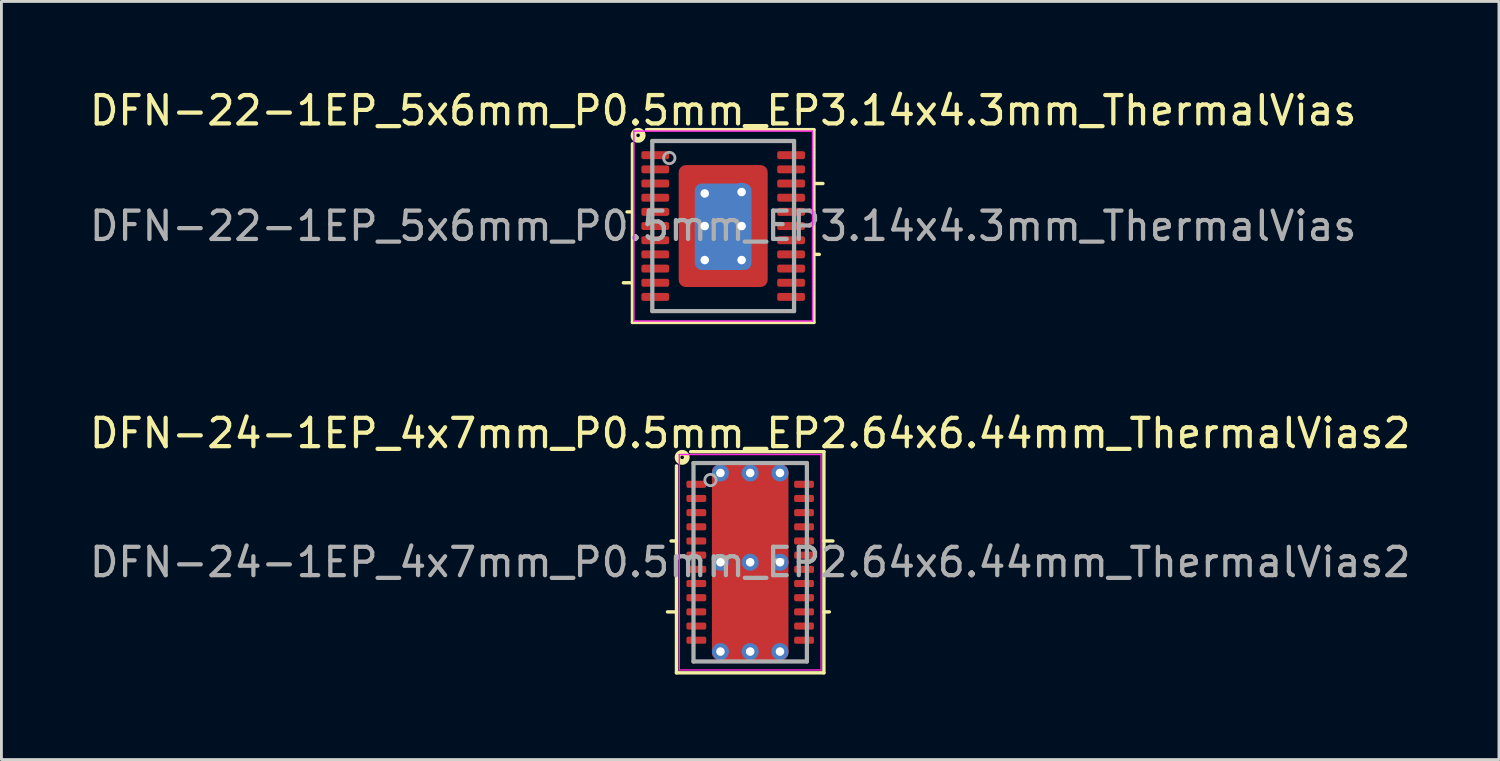
<source format=kicad_pcb>
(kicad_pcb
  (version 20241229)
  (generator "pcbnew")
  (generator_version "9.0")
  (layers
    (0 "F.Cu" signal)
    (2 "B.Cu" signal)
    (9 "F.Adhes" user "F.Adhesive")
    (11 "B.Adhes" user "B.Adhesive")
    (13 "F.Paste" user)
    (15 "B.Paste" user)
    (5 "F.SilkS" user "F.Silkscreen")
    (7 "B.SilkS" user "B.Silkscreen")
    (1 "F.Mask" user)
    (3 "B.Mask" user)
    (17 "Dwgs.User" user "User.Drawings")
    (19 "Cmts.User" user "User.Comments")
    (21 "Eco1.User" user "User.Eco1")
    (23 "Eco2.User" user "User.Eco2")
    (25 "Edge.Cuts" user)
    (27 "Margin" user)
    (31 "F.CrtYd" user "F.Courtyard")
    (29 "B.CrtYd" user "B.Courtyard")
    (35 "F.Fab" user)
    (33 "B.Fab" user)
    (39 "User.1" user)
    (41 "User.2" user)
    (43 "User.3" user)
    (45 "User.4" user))
  (footprint "DFN-24-1EP_4x7mm_P0.5mm_EP2.64x6.44mm_ThermalVias2"
    (layer "F.Cu")
    (at 23.411 16.782)
    (property "Reference" "DFN-24-1EP_4x7mm_P0.5mm_EP2.64x6.44mm_ThermalVias2" (at 0 -4.55 0) (layer "F.SilkS") (effects (font (size 1 1) (thickness 0.15))))
    (attr smd)
    (fp_line (start -2.6 -0.75) (end -2.791 -0.75) (stroke (width 0.12) (type solid)) (layer "F.SilkS"))
    (fp_line (start -2.6 1.75) (end -2.917 1.75) (stroke (width 0.12) (type solid)) (layer "F.SilkS"))
    (fp_line (start -2.6 3.9) (end -2.6 -3.4) (stroke (width 0.12) (type solid)) (layer "F.SilkS"))
    (fp_line (start -2.1 -3.9) (end 2.6 -3.9) (stroke (width 0.12) (type solid)) (layer "F.SilkS"))
    (fp_line (start 2.6 -3.9) (end 2.6 3.9) (stroke (width 0.12) (type solid)) (layer "F.SilkS"))
    (fp_line (start 2.6 -0.75) (end 2.917 -0.75) (stroke (width 0.12) (type solid)) (layer "F.SilkS"))
    (fp_line (start 2.6 1.75) (end 2.791 1.75) (stroke (width 0.12) (type solid)) (layer "F.SilkS"))
    (fp_line (start 2.6 3.9) (end -2.6 3.9) (stroke (width 0.12) (type solid)) (layer "F.SilkS"))
    (fp_circle (center -2.4 -3.7) (end -2.337 -3.7) (stroke (width 0.2) (type solid)) (fill no) (layer "F.SilkS"))
    (fp_line (start -2.5 -3.8) (end -2.5 3.8) (stroke (width 0.05) (type solid)) (layer "F.CrtYd"))
    (fp_line (start -2.5 -3.8) (end 2.5 -3.8) (stroke (width 0.05) (type solid)) (layer "F.CrtYd"))
    (fp_line (start -2.5 3.8) (end 2.5 3.8) (stroke (width 0.05) (type solid)) (layer "F.CrtYd"))
    (fp_line (start 2.5 -3.8) (end 2.5 3.8) (stroke (width 0.05) (type solid)) (layer "F.CrtYd"))
    (fp_line (start -2 -3.5) (end 2 -3.5) (stroke (width 0.15) (type solid)) (layer "F.Fab"))
    (fp_line (start -2 3.5) (end -2 -3.5) (stroke (width 0.15) (type solid)) (layer "F.Fab"))
    (fp_line (start 2 -3.5) (end 2 3.5) (stroke (width 0.15) (type solid)) (layer "F.Fab"))
    (fp_line (start 2 3.5) (end -2 3.5) (stroke (width 0.15) (type solid)) (layer "F.Fab"))
    (fp_circle (center -1.4 -2.9) (end -1.2 -2.9) (stroke (width 0.1) (type solid)) (fill no) (layer "F.Fab"))
    (fp_text user "${REFERENCE}" (at 0 0 0) (layer "F.Fab") (effects (font (size 1 1) (thickness 0.15))))
    (pad "" smd roundrect (at -0.8 -2.4) (size 0.6 0.6) (layers "F.Paste") (roundrect_rratio 0.25))
    (pad "" smd roundrect (at -0.8 -1.575) (size 0.6 0.6) (layers "F.Paste") (roundrect_rratio 0.25))
    (pad "" smd roundrect (at -0.8 -0.75) (size 0.6 0.6) (layers "F.Paste") (roundrect_rratio 0.25))
    (pad "" smd roundrect (at -0.8 0.75) (size 0.6 0.6) (layers "F.Paste") (roundrect_rratio 0.25))
    (pad "" smd roundrect (at -0.8 1.575) (size 0.6 0.6) (layers "F.Paste") (roundrect_rratio 0.25))
    (pad "" smd roundrect (at -0.8 2.4) (size 0.6 0.6) (layers "F.Paste") (roundrect_rratio 0.25))
    (pad "" smd roundrect (at 0 -2.4) (size 0.6 0.6) (layers "F.Paste") (roundrect_rratio 0.25))
    (pad "" smd roundrect (at 0 -1.575) (size 0.6 0.6) (layers "F.Paste") (roundrect_rratio 0.25))
    (pad "" smd roundrect (at 0 -1.575) (size 2.5 2.55) (layers "F.Mask") (roundrect_rratio 0.114))
    (pad "" smd roundrect (at 0 -0.75) (size 0.6 0.6) (layers "F.Paste") (roundrect_rratio 0.25))
    (pad "" smd roundrect (at 0 0.75) (size 0.6 0.6) (layers "F.Paste") (roundrect_rratio 0.25))
    (pad "" smd roundrect (at 0 1.575) (size 0.6 0.6) (layers "F.Paste") (roundrect_rratio 0.25))
    (pad "" smd roundrect (at 0 1.575) (size 2.5 2.55) (layers "F.Mask") (roundrect_rratio 0.114))
    (pad "" smd roundrect (at 0 2.4) (size 0.6 0.6) (layers "F.Paste") (roundrect_rratio 0.25))
    (pad "" smd roundrect (at 0.8 -2.4) (size 0.6 0.6) (layers "F.Paste") (roundrect_rratio 0.25))
    (pad "" smd roundrect (at 0.8 -1.575) (size 0.6 0.6) (layers "F.Paste") (roundrect_rratio 0.25))
    (pad "" smd roundrect (at 0.8 -0.75) (size 0.6 0.6) (layers "F.Paste") (roundrect_rratio 0.25))
    (pad "" smd roundrect (at 0.8 0.75) (size 0.6 0.6) (layers "F.Paste") (roundrect_rratio 0.25))
    (pad "" smd roundrect (at 0.8 1.575) (size 0.6 0.6) (layers "F.Paste") (roundrect_rratio 0.25))
    (pad "" smd roundrect (at 0.8 2.4) (size 0.6 0.6) (layers "F.Paste") (roundrect_rratio 0.25))
    (pad "1" smd roundrect (at -1.9 -2.75) (size 0.7 0.25) (layers "F.Cu" "F.Mask" "F.Paste") (roundrect_rratio 0.25))
    (pad "2" smd roundrect (at -1.9 -2.25) (size 0.7 0.25) (layers "F.Cu" "F.Mask" "F.Paste") (roundrect_rratio 0.25))
    (pad "3" smd roundrect (at -1.9 -1.75) (size 0.7 0.25) (layers "F.Cu" "F.Mask" "F.Paste") (roundrect_rratio 0.25))
    (pad "4" smd roundrect (at -1.9 -1.25) (size 0.7 0.25) (layers "F.Cu" "F.Mask" "F.Paste") (roundrect_rratio 0.25))
    (pad "5" smd roundrect (at -1.9 -0.75) (size 0.7 0.25) (layers "F.Cu" "F.Mask" "F.Paste") (roundrect_rratio 0.25))
    (pad "6" smd roundrect (at -1.9 -0.25) (size 0.7 0.25) (layers "F.Cu" "F.Mask" "F.Paste") (roundrect_rratio 0.25))
    (pad "7" smd roundrect (at -1.9 0.25) (size 0.7 0.25) (layers "F.Cu" "F.Mask" "F.Paste") (roundrect_rratio 0.25))
    (pad "8" smd roundrect (at -1.9 0.75) (size 0.7 0.25) (layers "F.Cu" "F.Mask" "F.Paste") (roundrect_rratio 0.25))
    (pad "9" smd roundrect (at -1.9 1.25) (size 0.7 0.25) (layers "F.Cu" "F.Mask" "F.Paste") (roundrect_rratio 0.25))
    (pad "10" smd roundrect (at -1.9 1.75) (size 0.7 0.25) (layers "F.Cu" "F.Mask" "F.Paste") (roundrect_rratio 0.25))
    (pad "11" smd roundrect (at -1.9 2.25) (size 0.7 0.25) (layers "F.Cu" "F.Mask" "F.Paste") (roundrect_rratio 0.25))
    (pad "12" smd roundrect (at -1.9 2.75) (size 0.7 0.25) (layers "F.Cu" "F.Mask" "F.Paste") (roundrect_rratio 0.25))
    (pad "13" smd roundrect (at 1.9 2.75) (size 0.7 0.25) (layers "F.Cu" "F.Mask" "F.Paste") (roundrect_rratio 0.25))
    (pad "14" smd roundrect (at 1.9 2.25) (size 0.7 0.25) (layers "F.Cu" "F.Mask" "F.Paste") (roundrect_rratio 0.25))
    (pad "15" smd roundrect (at 1.9 1.75) (size 0.7 0.25) (layers "F.Cu" "F.Mask" "F.Paste") (roundrect_rratio 0.25))
    (pad "16" smd roundrect (at 1.9 1.25) (size 0.7 0.25) (layers "F.Cu" "F.Mask" "F.Paste") (roundrect_rratio 0.25))
    (pad "17" smd roundrect (at 1.9 0.75) (size 0.7 0.25) (layers "F.Cu" "F.Mask" "F.Paste") (roundrect_rratio 0.25))
    (pad "18" smd roundrect (at 1.9 0.25) (size 0.7 0.25) (layers "F.Cu" "F.Mask" "F.Paste") (roundrect_rratio 0.25))
    (pad "19" smd roundrect (at 1.9 -0.25) (size 0.7 0.25) (layers "F.Cu" "F.Mask" "F.Paste") (roundrect_rratio 0.25))
    (pad "20" smd roundrect (at 1.9 -0.75) (size 0.7 0.25) (layers "F.Cu" "F.Mask" "F.Paste") (roundrect_rratio 0.25))
    (pad "21" smd roundrect (at 1.9 -1.25) (size 0.7 0.25) (layers "F.Cu" "F.Mask" "F.Paste") (roundrect_rratio 0.25))
    (pad "22" smd roundrect (at 1.9 -1.75) (size 0.7 0.25) (layers "F.Cu" "F.Mask" "F.Paste") (roundrect_rratio 0.25))
    (pad "23" smd roundrect (at 1.9 -2.25) (size 0.7 0.25) (layers "F.Cu" "F.Mask" "F.Paste") (roundrect_rratio 0.25))
    (pad "24" smd roundrect (at 1.9 -2.75) (size 0.7 0.25) (layers "F.Cu" "F.Mask" "F.Paste") (roundrect_rratio 0.25))
    (pad "25" thru_hole circle (at -1.05 -3.15) (size 0.6 0.6) (drill 0.3) (property pad_prop_heatsink) (layers "*.Cu" "*.Mask"))
    (pad "25" thru_hole circle (at -1.05 0) (size 0.6 0.6) (drill 0.3) (property pad_prop_heatsink) (layers "*.Cu" "*.Mask"))
    (pad "25" thru_hole circle (at -1.05 3.15) (size 0.6 0.6) (drill 0.3) (property pad_prop_heatsink) (layers "*.Cu" "*.Mask"))
    (pad "25" thru_hole circle (at 0 -3.15) (size 0.6 0.6) (drill 0.3) (property pad_prop_heatsink) (layers "*.Cu" "*.Mask"))
    (pad "25" thru_hole circle (at 0 0) (size 0.6 0.6) (drill 0.3) (property pad_prop_heatsink) (layers "*.Cu" "*.Mask"))
    (pad "25" smd roundrect (at 0 0) (size 2.7 6.9) (layers "F.Cu") (roundrect_rratio 0.093))
    (pad "25" thru_hole circle (at 0 3.15) (size 0.6 0.6) (drill 0.3) (property pad_prop_heatsink) (layers "*.Cu" "*.Mask"))
    (pad "25" thru_hole circle (at 1.05 -3.15) (size 0.6 0.6) (drill 0.3) (property pad_prop_heatsink) (layers "*.Cu" "*.Mask"))
    (pad "25" thru_hole circle (at 1.05 0) (size 0.6 0.6) (drill 0.3) (property pad_prop_heatsink) (layers "*.Cu" "*.Mask"))
    (pad "25" thru_hole circle (at 1.05 3.15) (size 0.6 0.6) (drill 0.3) (property pad_prop_heatsink) (layers "*.Cu" "*.Mask")))
  (footprint "DFN-22-1EP_5x6mm_P0.5mm_EP3.14x4.3mm_ThermalVias"
    (layer "F.Cu")
    (at 22.458 4.923)
    (property "Reference" "DFN-22-1EP_5x6mm_P0.5mm_EP3.14x4.3mm_ThermalVias" (at 0 -4.075 0) (layer "F.SilkS") (effects (font (size 1 1) (thickness 0.15))))
    (attr smd)
    (fp_line (start -3.2 -0.5) (end -3.39 -0.5) (stroke (width 0.12) (type solid)) (layer "F.SilkS"))
    (fp_line (start -3.2 2) (end -3.518 2) (stroke (width 0.12) (type solid)) (layer "F.SilkS"))
    (fp_line (start -3.2 3.4) (end -3.2 -2.9) (stroke (width 0.12) (type solid)) (layer "F.SilkS"))
    (fp_line (start -2.7 -3.4) (end 3.2 -3.4) (stroke (width 0.12) (type solid)) (layer "F.SilkS"))
    (fp_line (start 3.2 -3.4) (end 3.2 3.4) (stroke (width 0.12) (type solid)) (layer "F.SilkS"))
    (fp_line (start 3.2 -1.5) (end 3.518 -1.5) (stroke (width 0.12) (type solid)) (layer "F.SilkS"))
    (fp_line (start 3.2 1) (end 3.39 1) (stroke (width 0.12) (type solid)) (layer "F.SilkS"))
    (fp_line (start 3.2 3.4) (end -3.2 3.4) (stroke (width 0.12) (type solid)) (layer "F.SilkS"))
    (fp_circle (center -3 -3.2) (end -2.937 -3.2) (stroke (width 0.2) (type solid)) (fill no) (layer "F.SilkS"))
    (fp_line (start -3.15 -3.35) (end -3.15 3.35) (stroke (width 0.05) (type solid)) (layer "F.CrtYd"))
    (fp_line (start -3.15 -3.35) (end 3.15 -3.35) (stroke (width 0.05) (type solid)) (layer "F.CrtYd"))
    (fp_line (start -3.15 3.35) (end 3.15 3.35) (stroke (width 0.05) (type solid)) (layer "F.CrtYd"))
    (fp_line (start 3.15 -3.35) (end 3.15 3.35) (stroke (width 0.05) (type solid)) (layer "F.CrtYd"))
    (fp_line (start -2.5 -3) (end 2.5 -3) (stroke (width 0.15) (type solid)) (layer "F.Fab"))
    (fp_line (start -2.5 3) (end -2.5 -3) (stroke (width 0.15) (type solid)) (layer "F.Fab"))
    (fp_line (start 2.5 -3) (end 2.5 3) (stroke (width 0.15) (type solid)) (layer "F.Fab"))
    (fp_line (start 2.5 3) (end -2.5 3) (stroke (width 0.15) (type solid)) (layer "F.Fab"))
    (fp_circle (center -1.9 -2.4) (end -1.7 -2.4) (stroke (width 0.1) (type solid)) (fill no) (layer "F.Fab"))
    (fp_text user "${REFERENCE}" (at 0 0 0) (layer "F.Fab") (effects (font (size 1 1) (thickness 0.15))))
    (pad "" smd roundrect (at -1.125 -1.675) (size 0.75 0.75) (layers "F.Paste") (roundrect_rratio 0.25))
    (pad "" smd roundrect (at -1.125 -0.6) (size 0.75 1) (layers "F.Paste") (roundrect_rratio 0.25))
    (pad "" smd roundrect (at -1.125 0.6) (size 0.75 1) (layers "F.Paste") (roundrect_rratio 0.25))
    (pad "" smd roundrect (at -1.125 1.675) (size 0.75 0.75) (layers "F.Paste") (roundrect_rratio 0.25))
    (pad "" smd roundrect (at 0 -1.675) (size 1.1 0.75) (layers "F.Paste") (roundrect_rratio 0.25))
    (pad "" smd roundrect (at 0 -0.6) (size 1.1 1) (layers "F.Paste") (roundrect_rratio 0.25))
    (pad "" smd roundrect (at 0 0.6) (size 1.1 1) (layers "F.Paste") (roundrect_rratio 0.25))
    (pad "" smd roundrect (at 0 1.675) (size 1.1 0.75) (layers "F.Paste") (roundrect_rratio 0.25))
    (pad "" smd roundrect (at 1.125 -1.675) (size 0.75 0.75) (layers "F.Paste") (roundrect_rratio 0.25))
    (pad "" smd roundrect (at 1.125 -0.6) (size 0.75 1) (layers "F.Paste") (roundrect_rratio 0.25))
    (pad "" smd roundrect (at 1.125 0.6) (size 0.75 1) (layers "F.Paste") (roundrect_rratio 0.25))
    (pad "" smd roundrect (at 1.125 1.675) (size 0.75 0.75) (layers "F.Paste") (roundrect_rratio 0.25))
    (pad "1" smd roundrect (at -2.395 -2.5) (size 0.98 0.28) (layers "F.Cu" "F.Mask" "F.Paste") (roundrect_rratio 0.25))
    (pad "2" smd roundrect (at -2.395 -2) (size 0.98 0.28) (layers "F.Cu" "F.Mask" "F.Paste") (roundrect_rratio 0.25))
    (pad "3" smd roundrect (at -2.395 -1.5) (size 0.98 0.28) (layers "F.Cu" "F.Mask" "F.Paste") (roundrect_rratio 0.25))
    (pad "4" smd roundrect (at -2.395 -1) (size 0.98 0.28) (layers "F.Cu" "F.Mask" "F.Paste") (roundrect_rratio 0.25))
    (pad "5" smd roundrect (at -2.395 -0.5) (size 0.98 0.28) (layers "F.Cu" "F.Mask" "F.Paste") (roundrect_rratio 0.25))
    (pad "6" smd roundrect (at -2.395 0) (size 0.98 0.28) (layers "F.Cu" "F.Mask" "F.Paste") (roundrect_rratio 0.25))
    (pad "7" smd roundrect (at -2.395 0.5) (size 0.98 0.28) (layers "F.Cu" "F.Mask" "F.Paste") (roundrect_rratio 0.25))
    (pad "8" smd roundrect (at -2.395 1) (size 0.98 0.28) (layers "F.Cu" "F.Mask" "F.Paste") (roundrect_rratio 0.25))
    (pad "9" smd roundrect (at -2.395 1.5) (size 0.98 0.28) (layers "F.Cu" "F.Mask" "F.Paste") (roundrect_rratio 0.25))
    (pad "10" smd roundrect (at -2.395 2) (size 0.98 0.28) (layers "F.Cu" "F.Mask" "F.Paste") (roundrect_rratio 0.25))
    (pad "11" smd roundrect (at -2.395 2.5) (size 0.98 0.28) (layers "F.Cu" "F.Mask" "F.Paste") (roundrect_rratio 0.25))
    (pad "12" smd roundrect (at 2.395 2.5) (size 0.98 0.28) (layers "F.Cu" "F.Mask" "F.Paste") (roundrect_rratio 0.25))
    (pad "13" smd roundrect (at 2.395 2) (size 0.98 0.28) (layers "F.Cu" "F.Mask" "F.Paste") (roundrect_rratio 0.25))
    (pad "14" smd roundrect (at 2.395 1.5) (size 0.98 0.28) (layers "F.Cu" "F.Mask" "F.Paste") (roundrect_rratio 0.25))
    (pad "15" smd roundrect (at 2.395 1) (size 0.98 0.28) (layers "F.Cu" "F.Mask" "F.Paste") (roundrect_rratio 0.25))
    (pad "16" smd roundrect (at 2.395 0.5) (size 0.98 0.28) (layers "F.Cu" "F.Mask" "F.Paste") (roundrect_rratio 0.25))
    (pad "17" smd roundrect (at 2.395 0) (size 0.98 0.28) (layers "F.Cu" "F.Mask" "F.Paste") (roundrect_rratio 0.25))
    (pad "18" smd roundrect (at 2.395 -0.5) (size 0.98 0.28) (layers "F.Cu" "F.Mask" "F.Paste") (roundrect_rratio 0.25))
    (pad "19" smd roundrect (at 2.395 -1) (size 0.98 0.28) (layers "F.Cu" "F.Mask" "F.Paste") (roundrect_rratio 0.25))
    (pad "20" smd roundrect (at 2.395 -1.5) (size 0.98 0.28) (layers "F.Cu" "F.Mask" "F.Paste") (roundrect_rratio 0.25))
    (pad "21" smd roundrect (at 2.395 -2) (size 0.98 0.28) (layers "F.Cu" "F.Mask" "F.Paste") (roundrect_rratio 0.25))
    (pad "22" smd roundrect (at 2.395 -2.5) (size 0.98 0.28) (layers "F.Cu" "F.Mask" "F.Paste") (roundrect_rratio 0.25))
    (pad "23" thru_hole circle (at -0.65 -1.15) (size 0.65 0.65) (drill 0.3) (property pad_prop_heatsink) (layers "*.Cu"))
    (pad "23" thru_hole circle (at -0.65 0) (size 0.65 0.65) (drill 0.3) (property pad_prop_heatsink) (layers "*.Cu"))
    (pad "23" thru_hole circle (at -0.65 1.2) (size 0.65 0.65) (drill 0.3) (property pad_prop_heatsink) (layers "*.Cu"))
    (pad "23" smd roundrect (at 0 0) (size 3.14 4.3) (layers "F.Cu" "F.Mask") (roundrect_rratio 0.08))
    (pad "23" smd roundrect (at 0 0.025) (size 2 3.05) (layers "B.Cu" "B.Mask") (roundrect_rratio 0.125))
    (pad "23" thru_hole circle (at 0.65 -1.2) (size 0.65 0.65) (drill 0.3) (property pad_prop_heatsink) (layers "*.Cu"))
    (pad "23" thru_hole circle (at 0.65 0) (size 0.65 0.65) (drill 0.3) (property pad_prop_heatsink) (layers "*.Cu"))
    (pad "23" thru_hole circle (at 0.65 1.2) (size 0.65 0.65) (drill 0.3) (property pad_prop_heatsink) (layers "*.Cu")))
  (gr_rect
    (start -3 -3)
    (end 49.821 23.741)
    (stroke (width 0.1) (type default))
    (fill no)
    (layer "Edge.Cuts")))
</source>
